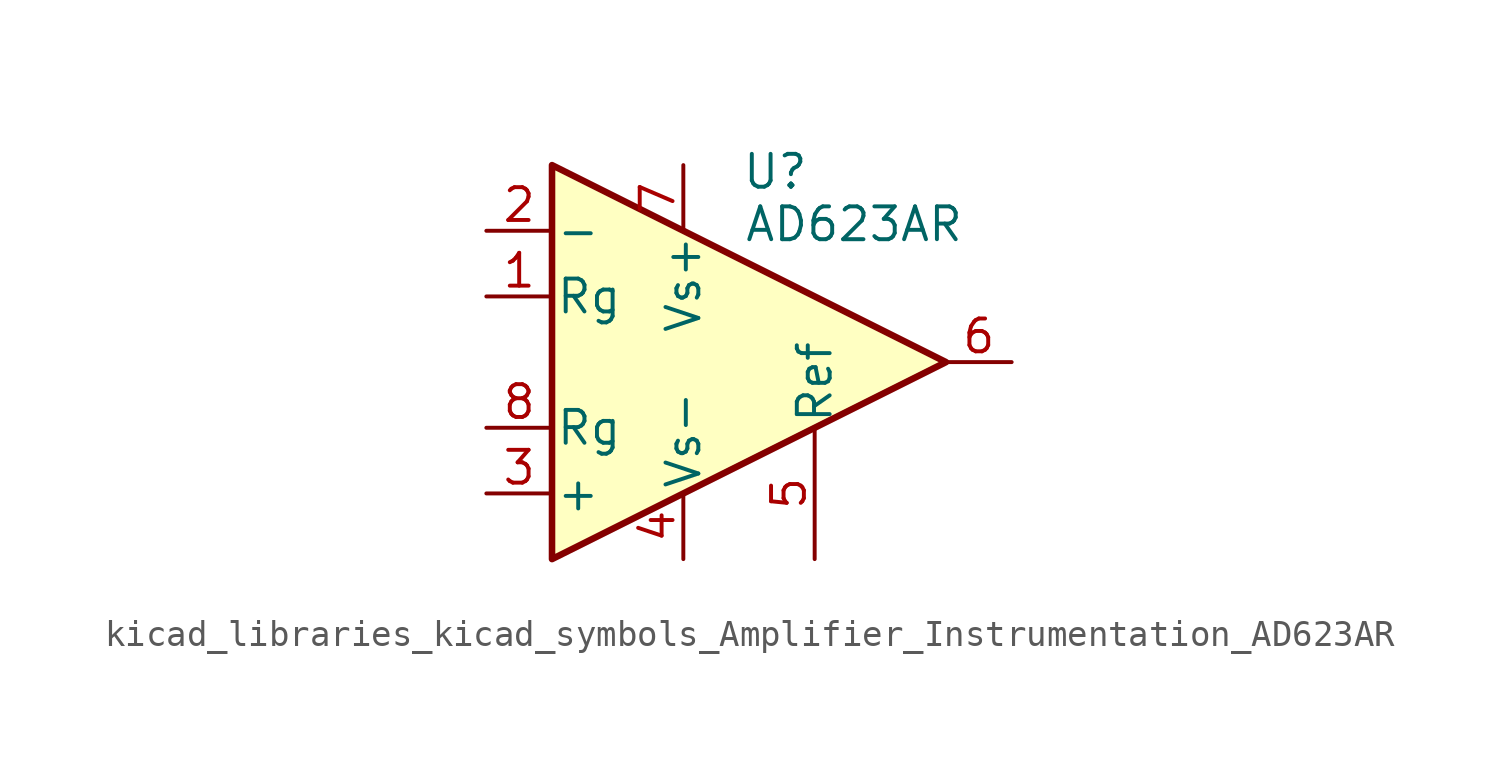
<source format=kicad_sym>
(kicad_symbol_lib
  (version 20220914)
  (generator kicad_symbol_editor)
  (symbol "kicad_libraries_kicad_symbols_Amplifier_Instrumentation_AD623AR"
    (pin_names
      (offset 0.127))
    (property "Reference" "U"
      (at 3.556 7.366 0)
      (effects (font (size 1.27 1.27))))
    (property "Value" "AD623AR"
      (at 6.604 5.334 0)
      (effects (font (size 1.27 1.27))))
    (symbol "kicad_libraries_kicad_symbols_Amplifier_Instrumentation_AD623AR_0_1"
      (polyline (pts (xy -5.08 7.62) (xy -5.08 -7.62) (xy 10.16 0) (xy -5.08 7.62)) (stroke (width 0.254) (type default)) (fill (type background))))
    (symbol "kicad_libraries_kicad_symbols_Amplifier_Instrumentation_AD623AR_1_1"
      (pin passive line (at -7.62 2.54 0) (length 2.54) (name "Rg" (effects (font (size 1.27 1.27)))) (number "1" (effects (font (size 1.27 1.27)))))
      (pin input line (at -7.62 5.08 0) (length 2.54) (name "-" (effects (font (size 1.27 1.27)))) (number "2" (effects (font (size 1.27 1.27)))))
      (pin input line (at -7.62 -5.08 0) (length 2.54) (name "+" (effects (font (size 1.27 1.27)))) (number "3" (effects (font (size 1.27 1.27)))))
      (pin power_in line (at 0 -7.62 90) (length 2.54) (name "Vs-" (effects (font (size 1.27 1.27)))) (number "4" (effects (font (size 1.27 1.27)))))
      (pin passive line (at 5.08 -7.62 90) (length 5.08) (name "Ref" (effects (font (size 1.27 1.27)))) (number "5" (effects (font (size 1.27 1.27)))))
      (pin output line (at 12.7 0 180) (length 2.54) (name "~" (effects (font (size 1.27 1.27)))) (number "6" (effects (font (size 1.27 1.27)))))
      (pin power_in line (at 0 7.62 270) (length 2.54) (name "Vs+" (effects (font (size 1.27 1.27)))) (number "7" (effects (font (size 1.27 1.27)))))
      (pin passive line (at -7.62 -2.54 0) (length 2.54) (name "Rg" (effects (font (size 1.27 1.27)))) (number "8" (effects (font (size 1.27 1.27))))))))
</source>
